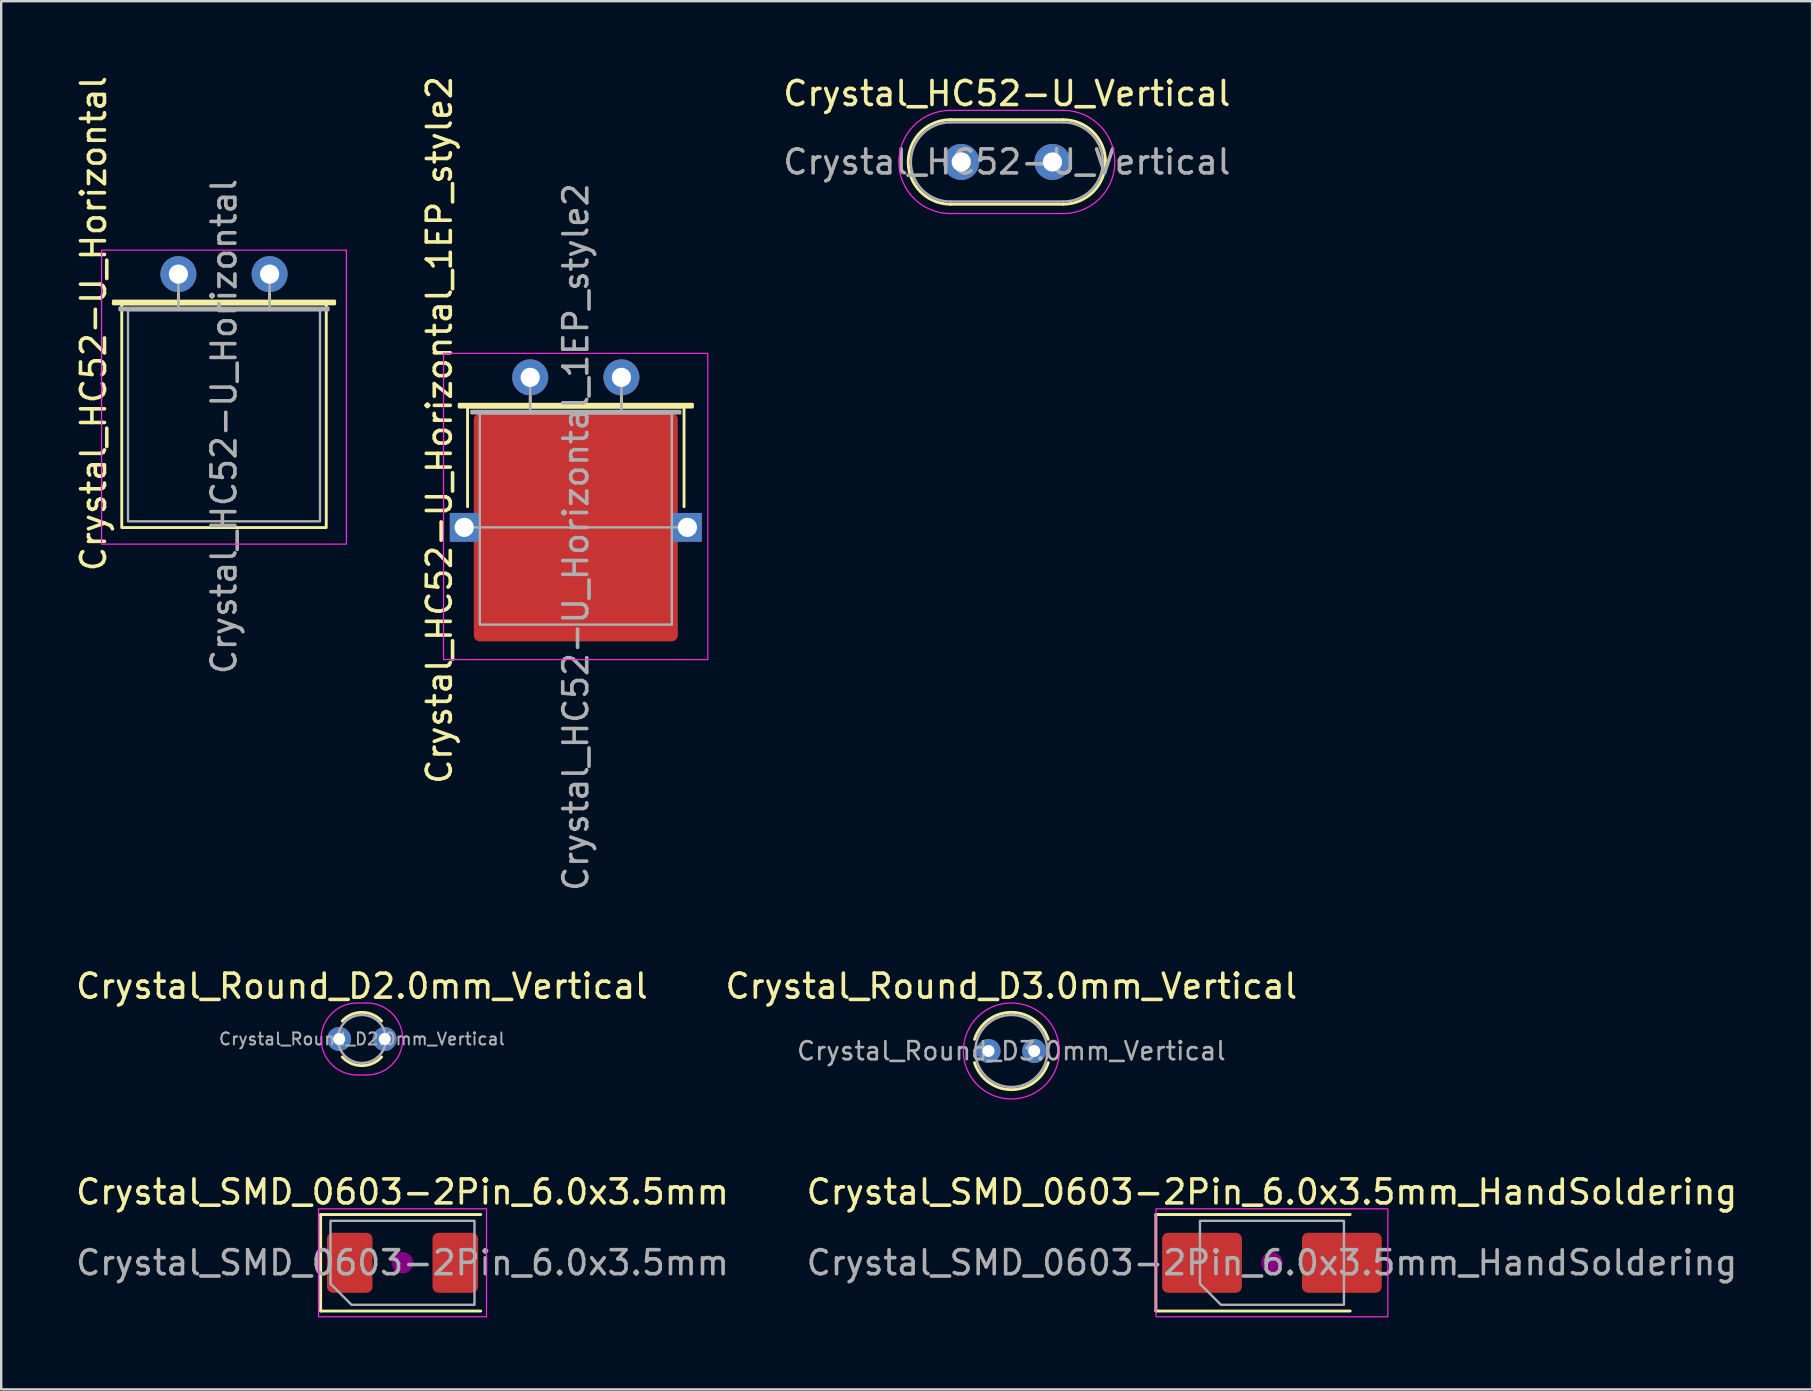
<source format=kicad_pcb>
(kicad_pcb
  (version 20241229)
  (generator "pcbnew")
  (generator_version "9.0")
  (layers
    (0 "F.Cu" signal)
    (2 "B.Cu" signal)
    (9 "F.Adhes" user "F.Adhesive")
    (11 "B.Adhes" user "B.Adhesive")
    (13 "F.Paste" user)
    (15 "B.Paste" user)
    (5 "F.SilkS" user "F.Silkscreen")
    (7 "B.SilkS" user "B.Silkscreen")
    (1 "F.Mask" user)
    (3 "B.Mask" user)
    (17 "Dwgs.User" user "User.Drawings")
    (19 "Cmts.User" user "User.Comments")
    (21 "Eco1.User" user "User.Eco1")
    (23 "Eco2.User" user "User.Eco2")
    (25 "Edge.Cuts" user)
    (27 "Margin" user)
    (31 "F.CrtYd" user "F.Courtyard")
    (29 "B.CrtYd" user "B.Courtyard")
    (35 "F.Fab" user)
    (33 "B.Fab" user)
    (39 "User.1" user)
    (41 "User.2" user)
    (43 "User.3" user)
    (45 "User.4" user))
  (footprint "Crystal_HC52-U_Horizontal"
    (layer "F.Cu")
    (at 4.383 8.372)
    (property "Reference" "Crystal_HC52-U_Horizontal" (at -3.535 2.062 90) (layer "F.SilkS") (effects (font (size 1 1) (thickness 0.15))))
    (attr through_hole)
    (fp_line (start 0 1.24) (end 0 0.81) (stroke (width 0.12) (type solid)) (layer "F.SilkS"))
    (fp_line (start 3.8 1.24) (end 3.8 0.81) (stroke (width 0.12) (type solid)) (layer "F.SilkS"))
    (fp_rect (start -2.71 1.12) (end 6.51 1.24) (stroke (width 0.12) (type solid)) (fill no) (layer "F.SilkS"))
    (fp_rect (start -2.36 1.24) (end 6.16 10.56) (stroke (width 0.12) (type solid)) (fill no) (layer "F.SilkS"))
    (fp_rect (start -3.2 -1) (end 7 11.25) (stroke (width 0.05) (type solid)) (fill no) (layer "F.CrtYd"))
    (fp_line (start 0 0.75) (end 0 0) (stroke (width 0.1) (type solid)) (layer "F.Fab"))
    (fp_line (start 0 1.5) (end 0 0.75) (stroke (width 0.1) (type solid)) (layer "F.Fab"))
    (fp_line (start 3.8 0.75) (end 3.8 0) (stroke (width 0.1) (type solid)) (layer "F.Fab"))
    (fp_line (start 3.8 1.5) (end 3.8 0.75) (stroke (width 0.1) (type solid)) (layer "F.Fab"))
    (fp_rect (start -2.45 1.4) (end 6.25 1.5) (stroke (width 0.1) (type solid)) (fill no) (layer "F.Fab"))
    (fp_rect (start -2.1 1.5) (end 5.9 10.3) (stroke (width 0.1) (type solid)) (fill no) (layer "F.Fab"))
    (fp_text user "${REFERENCE}" (at 1.9 6.35 90) (layer "F.Fab") (effects (font (size 1 1) (thickness 0.15))))
    (pad "1" thru_hole circle (at 0 0) (size 1.5 1.5) (drill 0.8) (layers "*.Cu" "*.Mask"))
    (pad "2" thru_hole circle (at 3.8 0) (size 1.5 1.5) (drill 0.8) (layers "*.Cu" "*.Mask")))
  (footprint "Crystal_Round_D3.0mm_Vertical"
    (layer "F.Cu")
    (at 38.139 40.74)
    (property "Reference" "Crystal_Round_D3.0mm_Vertical" (at 0.95 -2.7 0) (layer "F.SilkS") (effects (font (size 1 1) (thickness 0.15))))
    (attr through_hole)
    (fp_arc (start -0.585 -0.485) (mid 0.95 -1.61) (end 2.485 -0.485) (stroke (width 0.12) (type solid)) (layer "F.SilkS"))
    (fp_arc (start 2.485 0.485) (mid 0.95 1.61) (end -0.585 0.485) (stroke (width 0.12) (type solid)) (layer "F.SilkS"))
    (fp_circle (center 0.95 0) (end 2.95 0) (stroke (width 0.05) (type solid)) (fill no) (layer "F.CrtYd"))
    (fp_circle (center 0.95 0) (end 2.45 0) (stroke (width 0.1) (type solid)) (fill no) (layer "F.Fab"))
    (fp_text user "${REFERENCE}" (at 0.95 0 0) (layer "F.Fab") (effects (font (size 0.75 0.75) (thickness 0.11))))
    (pad "1" thru_hole circle (at 0 0) (size 1 1) (drill 0.5) (layers "*.Cu" "*.Mask"))
    (pad "2" thru_hole circle (at 1.9 0) (size 1 1) (drill 0.5) (layers "*.Cu" "*.Mask")))
  (footprint "Crystal_SMD_0603-2Pin_6.0x3.5mm"
    (layer "F.Cu")
    (at 13.72 49.564)
    (property "Reference" "Crystal_SMD_0603-2Pin_6.0x3.5mm" (at 0 -2.95 0) (layer "F.SilkS") (effects (font (size 1 1) (thickness 0.15))))
    (attr smd)
    (fp_line (start -3.41 -2.01) (end -3.41 2.01) (stroke (width 0.12) (type solid)) (layer "F.SilkS"))
    (fp_line (start -3.41 2.01) (end 3.26 2.01) (stroke (width 0.12) (type solid)) (layer "F.SilkS"))
    (fp_line (start 3.26 -2.01) (end -3.41 -2.01) (stroke (width 0.12) (type solid)) (layer "F.SilkS"))
    (fp_circle (center 0 0) (end 0.4 0) (stroke (width 0.1) (type solid)) (fill yes) (layer "F.Adhes"))
    (fp_rect (start -3.5 -2.25) (end 3.5 2.25) (stroke (width 0.05) (type solid)) (fill no) (layer "F.CrtYd"))
    (fp_poly (pts (xy -3 -1.75) (xy -3 0.875) (xy -2.125 1.75) (xy 3 1.75) (xy 3 -1.75)) (stroke (width 0.1) (type solid)) (fill no) (layer "F.Fab"))
    (fp_text user "${REFERENCE}" (at 0 0 0) (layer "F.Fab") (effects (font (size 1 1) (thickness 0.15))))
    (pad "1" smd roundrect (at -2.2 0) (size 1.9 2.5) (layers "F.Cu" "F.Mask" "F.Paste") (roundrect_rratio 0.132))
    (pad "2" smd roundrect (at 2.2 0) (size 1.9 2.5) (layers "F.Cu" "F.Mask" "F.Paste") (roundrect_rratio 0.132)))
  (footprint "Crystal_HC52-U_Horizontal_1EP_style2"
    (layer "F.Cu")
    (at 19.041 12.673)
    (property "Reference" "Crystal_HC52-U_Horizontal_1EP_style2" (at -3.785 2.19 90) (layer "F.SilkS") (effects (font (size 1 1) (thickness 0.15))))
    (attr through_hole)
    (fp_line (start -2.61 1.24) (end 6.41 1.24) (stroke (width 0.12) (type solid)) (layer "F.SilkS"))
    (fp_line (start -2.61 5.39) (end -2.61 1.24) (stroke (width 0.12) (type solid)) (layer "F.SilkS"))
    (fp_line (start 0 1.24) (end 0 0.81) (stroke (width 0.12) (type solid)) (layer "F.SilkS"))
    (fp_line (start 3.8 1.24) (end 3.8 0.81) (stroke (width 0.12) (type solid)) (layer "F.SilkS"))
    (fp_line (start 6.41 1.24) (end 6.41 5.39) (stroke (width 0.12) (type solid)) (layer "F.SilkS"))
    (fp_rect (start -2.96 1.12) (end 6.76 1.24) (stroke (width 0.12) (type solid)) (fill no) (layer "F.SilkS"))
    (fp_rect (start -3.61 -1) (end 7.4 11.76) (stroke (width 0.05) (type solid)) (fill no) (layer "F.CrtYd"))
    (fp_line (start -2.75 6.25) (end 6.55 6.25) (stroke (width 0.1) (type solid)) (layer "F.Fab"))
    (fp_line (start 0 0.75) (end 0 0) (stroke (width 0.1) (type solid)) (layer "F.Fab"))
    (fp_line (start 0 1.5) (end 0 0.75) (stroke (width 0.1) (type solid)) (layer "F.Fab"))
    (fp_line (start 3.8 0.75) (end 3.8 0) (stroke (width 0.1) (type solid)) (layer "F.Fab"))
    (fp_line (start 3.8 1.5) (end 3.8 0.75) (stroke (width 0.1) (type solid)) (layer "F.Fab"))
    (fp_rect (start -2.45 1.4) (end 6.25 1.5) (stroke (width 0.1) (type solid)) (fill no) (layer "F.Fab"))
    (fp_rect (start -2.1 1.5) (end 5.9 10.3) (stroke (width 0.1) (type solid)) (fill no) (layer "F.Fab"))
    (fp_text user "${REFERENCE}" (at 1.9 6.656 90) (layer "F.Fab") (effects (font (size 1 1) (thickness 0.15))))
    (pad "1" thru_hole circle (at 0 0) (size 1.5 1.5) (drill 0.8) (layers "*.Cu" "*.Mask"))
    (pad "2" thru_hole circle (at 3.8 0) (size 1.5 1.5) (drill 0.8) (layers "*.Cu" "*.Mask"))
    (pad "3" thru_hole rect (at -2.75 6.25) (size 1.2 1.2) (drill 0.8) (layers "*.Cu" "*.Mask"))
    (pad "3" smd roundrect (at 1.9 6.25) (size 8.5 9.5) (layers "F.Cu" "F.Mask" "F.Paste") (roundrect_rratio 0.029))
    (pad "3" thru_hole rect (at 6.55 6.25) (size 1.2 1.2) (drill 0.8) (layers "*.Cu" "*.Mask")))
  (footprint "Crystal_HC52-U_Vertical"
    (layer "F.Cu")
    (at 37.001 3.698)
    (property "Reference" "Crystal_HC52-U_Vertical" (at 1.9 -2.85 0) (layer "F.SilkS") (effects (font (size 1 1) (thickness 0.15))))
    (attr through_hole)
    (fp_line (start -0.45 -1.76) (end 4.25 -1.76) (stroke (width 0.12) (type solid)) (layer "F.SilkS"))
    (fp_line (start 4.25 1.76) (end -0.45 1.76) (stroke (width 0.12) (type solid)) (layer "F.SilkS"))
    (fp_arc (start -0.45 1.76) (mid -2.21 0) (end -0.45 -1.76) (stroke (width 0.12) (type solid)) (layer "F.SilkS"))
    (fp_arc (start 4.25 -1.76) (mid 6.01 0) (end 4.25 1.76) (stroke (width 0.12) (type solid)) (layer "F.SilkS"))
    (fp_line (start -0.45 -2.15) (end 4.25 -2.15) (stroke (width 0.05) (type solid)) (layer "F.CrtYd"))
    (fp_line (start 4.25 2.15) (end -0.45 2.15) (stroke (width 0.05) (type solid)) (layer "F.CrtYd"))
    (fp_arc (start -0.45 2.15) (mid -2.6 0) (end -0.45 -2.15) (stroke (width 0.05) (type solid)) (layer "F.CrtYd"))
    (fp_arc (start 4.25 -2.15) (mid 6.4 0) (end 4.25 2.15) (stroke (width 0.05) (type solid)) (layer "F.CrtYd"))
    (fp_line (start -0.45 -1.65) (end 4.25 -1.65) (stroke (width 0.1) (type solid)) (layer "F.Fab"))
    (fp_line (start 4.25 1.65) (end -0.45 1.65) (stroke (width 0.1) (type solid)) (layer "F.Fab"))
    (fp_arc (start -0.45 1.65) (mid -2.1 0) (end -0.45 -1.65) (stroke (width 0.1) (type solid)) (layer "F.Fab"))
    (fp_arc (start 4.25 -1.65) (mid 5.9 0) (end 4.25 1.65) (stroke (width 0.1) (type solid)) (layer "F.Fab"))
    (fp_text user "${REFERENCE}" (at 1.9 0 0) (layer "F.Fab") (effects (font (size 1 1) (thickness 0.15))))
    (pad "1" thru_hole circle (at 0 0) (size 1.5 1.5) (drill 0.8) (layers "*.Cu" "*.Mask"))
    (pad "2" thru_hole circle (at 3.8 0) (size 1.5 1.5) (drill 0.8) (layers "*.Cu" "*.Mask")))
  (footprint "Crystal_Round_D2.0mm_Vertical"
    (layer "F.Cu")
    (at 11.08 40.24)
    (property "Reference" "Crystal_Round_D2.0mm_Vertical" (at 0.95 -2.2 0) (layer "F.SilkS") (effects (font (size 1 1) (thickness 0.15))))
    (attr through_hole)
    (fp_arc (start 0.131 -0.749) (mid 0.95 -1.11) (end 1.769 -0.749) (stroke (width 0.12) (type solid)) (layer "F.SilkS"))
    (fp_arc (start 1.769 0.749) (mid 0.95 1.11) (end 0.131 0.749) (stroke (width 0.12) (type solid)) (layer "F.SilkS"))
    (fp_line (start 0.75 -1.5) (end 1.15 -1.5) (stroke (width 0.05) (type solid)) (layer "F.CrtYd"))
    (fp_line (start 1.15 1.5) (end 0.75 1.5) (stroke (width 0.05) (type solid)) (layer "F.CrtYd"))
    (fp_arc (start 0.75 1.5) (mid -0.75 0) (end 0.75 -1.5) (stroke (width 0.05) (type solid)) (layer "F.CrtYd"))
    (fp_arc (start 1.15 -1.5) (mid 2.65 0) (end 1.15 1.5) (stroke (width 0.05) (type solid)) (layer "F.CrtYd"))
    (fp_circle (center 0.95 0) (end 1.95 0) (stroke (width 0.1) (type solid)) (fill no) (layer "F.Fab"))
    (fp_text user "${REFERENCE}" (at 0.95 0 0) (layer "F.Fab") (effects (font (size 0.5 0.5) (thickness 0.08))))
    (pad "1" thru_hole circle (at 0 0) (size 1 1) (drill 0.5) (layers "*.Cu" "*.Mask"))
    (pad "2" thru_hole circle (at 1.9 0) (size 1 1) (drill 0.5) (layers "*.Cu" "*.Mask")))
  (footprint "Crystal_SMD_0603-2Pin_6.0x3.5mm_HandSoldering"
    (layer "F.Cu")
    (at 49.946 49.564)
    (property "Reference" "Crystal_SMD_0603-2Pin_6.0x3.5mm_HandSoldering" (at 0 -2.95 0) (layer "F.SilkS") (effects (font (size 1 1) (thickness 0.15))))
    (attr smd)
    (fp_line (start -4.835 -2.01) (end -4.835 2.01) (stroke (width 0.12) (type solid)) (layer "F.SilkS"))
    (fp_line (start -4.835 2.01) (end 3.26 2.01) (stroke (width 0.12) (type solid)) (layer "F.SilkS"))
    (fp_line (start 3.26 -2.01) (end -4.835 -2.01) (stroke (width 0.12) (type solid)) (layer "F.SilkS"))
    (fp_circle (center 0 0) (end 0.4 0) (stroke (width 0.1) (type solid)) (fill yes) (layer "F.Adhes"))
    (fp_rect (start -4.83 -2.25) (end 4.83 2.25) (stroke (width 0.05) (type solid)) (fill no) (layer "F.CrtYd"))
    (fp_poly (pts (xy -3 -1.75) (xy -3 0.875) (xy -2.125 1.75) (xy 3 1.75) (xy 3 -1.75)) (stroke (width 0.1) (type solid)) (fill no) (layer "F.Fab"))
    (fp_text user "${REFERENCE}" (at 0 0 0) (layer "F.Fab") (effects (font (size 1 1) (thickness 0.15))))
    (pad "1" smd roundrect (at -2.913 0) (size 3.325 2.5) (layers "F.Cu" "F.Mask" "F.Paste") (roundrect_rratio 0.1))
    (pad "2" smd roundrect (at 2.913 0) (size 3.325 2.5) (layers "F.Cu" "F.Mask" "F.Paste") (roundrect_rratio 0.1)))
  (gr_rect
    (start -3 -3)
    (end 72.452 54.839)
    (stroke (width 0.1) (type default))
    (fill no)
    (layer "Edge.Cuts")))
</source>
